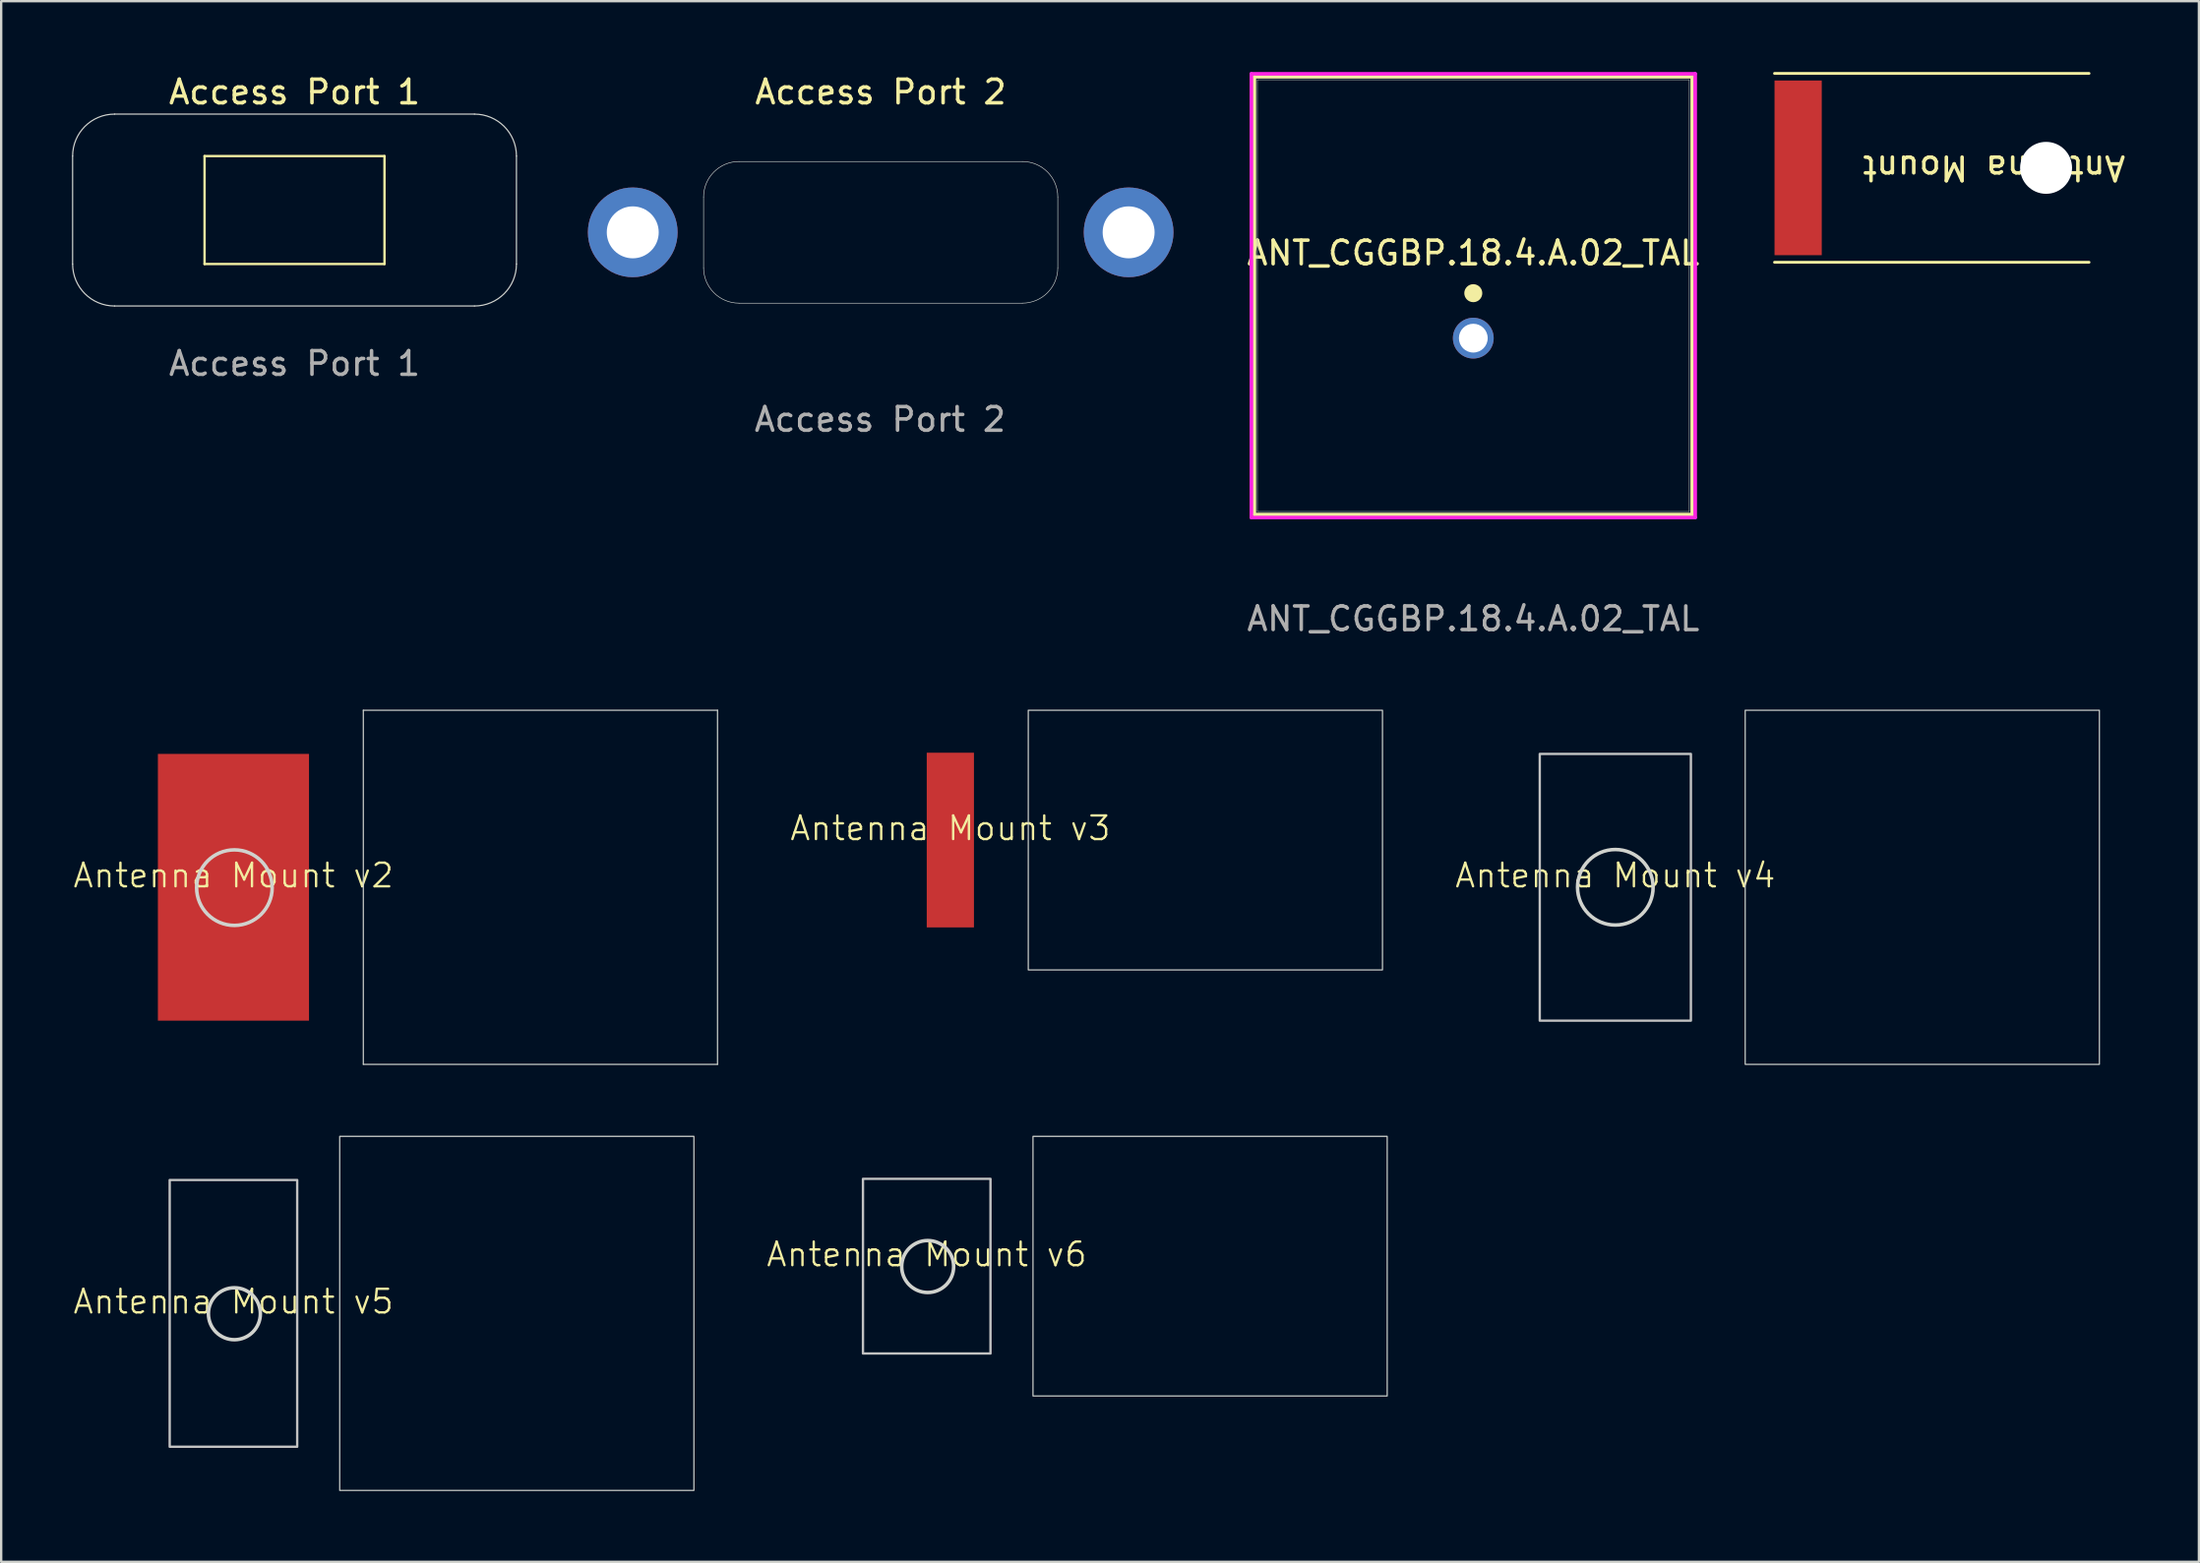
<source format=kicad_pcb>
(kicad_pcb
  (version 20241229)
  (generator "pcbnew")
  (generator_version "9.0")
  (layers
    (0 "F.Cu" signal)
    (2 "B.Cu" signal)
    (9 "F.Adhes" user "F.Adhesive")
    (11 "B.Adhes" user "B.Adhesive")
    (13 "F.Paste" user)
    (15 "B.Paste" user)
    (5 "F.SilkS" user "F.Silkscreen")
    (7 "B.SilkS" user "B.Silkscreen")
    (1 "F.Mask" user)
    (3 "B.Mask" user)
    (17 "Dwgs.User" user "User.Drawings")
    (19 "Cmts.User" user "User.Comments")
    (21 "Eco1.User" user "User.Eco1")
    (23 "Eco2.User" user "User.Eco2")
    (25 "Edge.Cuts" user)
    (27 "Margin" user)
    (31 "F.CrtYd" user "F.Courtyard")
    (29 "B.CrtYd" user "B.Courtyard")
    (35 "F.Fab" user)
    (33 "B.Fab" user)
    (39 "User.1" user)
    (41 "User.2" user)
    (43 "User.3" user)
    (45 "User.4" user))
  (footprint "Antenna Mount v5"
    (layer "F.Cu")
    (at 6.836 52.585)
    (property "Reference" "Antenna Mount v5" (at 0 -0.5 0) (unlocked yes) (layer "F.SilkS") (effects (font (size 1 1) (thickness 0.1))))
    (attr smd)
    (fp_rect (start -2.7 -5.65) (end 2.7 5.65) (stroke (width 0.1) (type solid)) (fill no) (layer "Dwgs.User"))
    (fp_rect (start 4.5 -7.5) (end 19.5 7.5) (stroke (width 0.05) (type solid)) (fill no) (layer "Edge.Cuts"))
    (fp_circle (center 0.04 0.015) (end 1.14 0.015) (stroke (width 0.15) (type solid)) (fill no) (layer "Edge.Cuts")))
  (footprint "Access Port 1"
    (layer "F.Cu")
    (at 9.423 5.848)
    (property "Reference" "Access Port 1" (at 0 -5 0) (unlocked yes) (layer "F.SilkS") (effects (font (size 1 1) (thickness 0.15))))
    (attr smd)
    (fp_line (start -3.81 2.286) (end -3.81 -2.286) (stroke (width 0.1) (type default)) (layer "F.SilkS"))
    (fp_line (start 3.81 -2.286) (end -3.81 -2.286) (stroke (width 0.1) (type default)) (layer "F.SilkS"))
    (fp_line (start 3.81 2.286) (end -3.81 2.286) (stroke (width 0.1) (type default)) (layer "F.SilkS"))
    (fp_line (start 3.81 2.286) (end 3.81 -2.286) (stroke (width 0.1) (type default)) (layer "F.SilkS"))
    (fp_line (start -9.398 -2.286) (end -9.398 2.286) (stroke (width 0.05) (type default)) (layer "Edge.Cuts"))
    (fp_line (start -7.62 4.064) (end 7.62 4.064) (stroke (width 0.05) (type default)) (layer "Edge.Cuts"))
    (fp_line (start 7.62 -4.064) (end -7.62 -4.064) (stroke (width 0.05) (type default)) (layer "Edge.Cuts"))
    (fp_line (start 9.398 2.286) (end 9.398 -2.286) (stroke (width 0.05) (type default)) (layer "Edge.Cuts"))
    (fp_arc (start -9.398 -2.286) (mid -8.877236 -3.543236) (end -7.62 -4.064) (stroke (width 0.05) (type default)) (layer "Edge.Cuts"))
    (fp_arc (start -7.62 4.064) (mid -8.877236 3.543236) (end -9.398 2.286) (stroke (width 0.05) (type default)) (layer "Edge.Cuts"))
    (fp_arc (start 7.62 -4.064) (mid 8.877236 -3.543236) (end 9.398 -2.286) (stroke (width 0.05) (type default)) (layer "Edge.Cuts"))
    (fp_arc (start 9.398 2.286) (mid 8.877236 3.543236) (end 7.62 4.064) (stroke (width 0.05) (type default)) (layer "Edge.Cuts"))
    (fp_text user "${REFERENCE}" (at 0 6.5 0) (unlocked yes) (layer "F.Fab") (effects (font (size 1 1) (thickness 0.15)))))
  (footprint "Antenna Mount v6"
    (layer "F.Cu")
    (at 36.196 50.585)
    (property "Reference" "Antenna Mount v6" (at 0 -0.5 0) (unlocked yes) (layer "F.SilkS") (effects (font (size 1 1) (thickness 0.1))))
    (attr smd)
    (fp_rect (start -2.7 -3.7) (end 2.7 3.7) (stroke (width 0.1) (type solid)) (fill no) (layer "Dwgs.User"))
    (fp_rect (start 4.5 -5.5) (end 19.5 5.5) (stroke (width 0.05) (type solid)) (fill no) (layer "Edge.Cuts"))
    (fp_circle (center 0.04 0.015) (end 1.14 0.015) (stroke (width 0.15) (type solid)) (fill no) (layer "Edge.Cuts")))
  (footprint "Antenna Mount v2"
    (layer "F.Cu")
    (at 6.836 34.535)
    (property "Reference" "Antenna Mount v2" (at 0 -0.5 0) (unlocked yes) (layer "F.SilkS") (effects (font (size 1 1) (thickness 0.1))))
    (attr smd)
    (fp_line (start 5.5 -7.5) (end 5.5 7.5) (stroke (width 0.05) (type solid)) (layer "Edge.Cuts"))
    (fp_line (start 5.5 7.5) (end 20.5 7.5) (stroke (width 0.05) (type solid)) (layer "Edge.Cuts"))
    (fp_line (start 20.5 -7.5) (end 5.5 -7.5) (stroke (width 0.05) (type solid)) (layer "Edge.Cuts"))
    (fp_line (start 20.5 7.5) (end 20.5 -7.5) (stroke (width 0.05) (type solid)) (layer "Edge.Cuts"))
    (fp_circle (center 0.04 0.015) (end 1.64 0.015) (stroke (width 0.15) (type solid)) (fill no) (layer "Edge.Cuts"))
    (pad "1" smd rect (at 0 0) (size 6.4 11.3) (layers "F.Cu" "F.Mask" "F.Paste")))
  (footprint "Antenna Mount v3"
    (layer "F.Cu")
    (at 37.196 32.535)
    (property "Reference" "Antenna Mount v3" (at 0 -0.5 0) (unlocked yes) (layer "F.SilkS") (effects (font (size 1 1) (thickness 0.1))))
    (attr smd)
    (fp_rect (start 3.3 -5.5) (end 18.3 5.5) (stroke (width 0.05) (type solid)) (fill no) (layer "Edge.Cuts"))
    (pad "1" smd rect (at 0 0) (size 2 7.4) (layers "F.Cu" "F.Mask" "F.Paste")))
  (footprint "Antenna Mount v4"
    (layer "F.Cu")
    (at 65.357 34.535)
    (property "Reference" "Antenna Mount v4" (at 0 -0.5 0) (unlocked yes) (layer "F.SilkS") (effects (font (size 1 1) (thickness 0.1))))
    (attr smd)
    (fp_rect (start -3.2 -5.65) (end 3.2 5.65) (stroke (width 0.1) (type solid)) (fill no) (layer "Dwgs.User"))
    (fp_rect (start 5.5 -7.5) (end 20.5 7.5) (stroke (width 0.05) (type solid)) (fill no) (layer "Edge.Cuts"))
    (fp_circle (center 0 0) (end 1.6 0) (stroke (width 0.15) (type solid)) (fill no) (layer "Edge.Cuts")))
  (footprint "Access Port 2"
    (layer "F.Cu")
    (at 34.246 6.792)
    (property "Reference" "Access Port 2" (at 0 -5.944 0) (unlocked yes) (layer "F.SilkS") (effects (font (size 1 1) (thickness 0.15))))
    (attr smd)
    (fp_line (start -7.5 1.5) (end -7.5 -1.5) (stroke (width 0.025) (type solid)) (layer "Edge.Cuts"))
    (fp_line (start -6 -3) (end 6 -3) (stroke (width 0.025) (type solid)) (layer "Edge.Cuts"))
    (fp_line (start 6 3) (end -6 3) (stroke (width 0.025) (type solid)) (layer "Edge.Cuts"))
    (fp_line (start 7.5 -1.5) (end 7.5 1.5) (stroke (width 0.025) (type solid)) (layer "Edge.Cuts"))
    (fp_arc (start -7.5 -1.5) (mid -7.06066 -2.56066) (end -6 -3) (stroke (width 0.0254) (type solid)) (layer "Edge.Cuts"))
    (fp_arc (start -6 3) (mid -7.06066 2.56066) (end -7.5 1.5) (stroke (width 0.0254) (type solid)) (layer "Edge.Cuts"))
    (fp_arc (start 6 -3) (mid 7.06066 -2.56066) (end 7.5 -1.5) (stroke (width 0.0254) (type solid)) (layer "Edge.Cuts"))
    (fp_arc (start 7.5 1.5) (mid 7.06066 2.56066) (end 6 3) (stroke (width 0.0254) (type solid)) (layer "Edge.Cuts"))
    (fp_text user "${REFERENCE}" (at -0.025 7.925 0) (unlocked yes) (layer "F.Fab") (effects (font (size 1 1) (thickness 0.15))))
    (pad "1" thru_hole circle (at -10.5 0) (size 3.8 3.8) (drill 2.2) (layers "*.Cu" "*.Mask"))
    (pad "1" thru_hole circle (at 10.5 0) (size 3.8 3.8) (drill 2.2) (layers "*.Cu" "*.Mask")))
  (footprint "ANT_CGGBP.18.4.A.02_TAL"
    (layer "F.Cu")
    (at 59.342 9.369)
    (property "Reference" "ANT_CGGBP.18.4.A.02_TAL" (at 0 -1.702 0) (unlocked yes) (layer "F.SilkS") (effects (font (size 1 1) (thickness 0.15))))
    (attr through_hole)
    (fp_line (start -9.271 -9.166) (end -9.271 9.376) (stroke (width 0.152) (type solid)) (layer "F.SilkS"))
    (fp_line (start -9.271 9.376) (end 9.271 9.376) (stroke (width 0.152) (type solid)) (layer "F.SilkS"))
    (fp_line (start 9.271 -9.166) (end -9.271 -9.166) (stroke (width 0.152) (type solid)) (layer "F.SilkS"))
    (fp_line (start 9.271 9.376) (end 9.271 -9.166) (stroke (width 0.152) (type solid)) (layer "F.SilkS"))
    (fp_circle (center 0 0) (end 0.381 0) (stroke (width 0) (type solid)) (fill yes) (layer "F.SilkS"))
    (fp_line (start -9.398 -9.293) (end -9.398 9.503) (stroke (width 0.152) (type solid)) (layer "F.CrtYd"))
    (fp_line (start -9.398 9.503) (end 9.398 9.503) (stroke (width 0.152) (type solid)) (layer "F.CrtYd"))
    (fp_line (start 9.398 -9.293) (end -9.398 -9.293) (stroke (width 0.152) (type solid)) (layer "F.CrtYd"))
    (fp_line (start 9.398 9.503) (end 9.398 -9.293) (stroke (width 0.152) (type solid)) (layer "F.CrtYd"))
    (fp_line (start -9.144 -9.039) (end -9.144 9.249) (stroke (width 0.025) (type solid)) (layer "F.Fab"))
    (fp_line (start -9.144 9.249) (end 9.144 9.249) (stroke (width 0.025) (type solid)) (layer "F.Fab"))
    (fp_line (start 9.144 -9.039) (end -9.144 -9.039) (stroke (width 0.025) (type solid)) (layer "F.Fab"))
    (fp_line (start 9.144 9.249) (end 9.144 -9.039) (stroke (width 0.025) (type solid)) (layer "F.Fab"))
    (fp_text user "${REFERENCE}" (at 0 13.792 0) (unlocked yes) (layer "F.Fab") (effects (font (size 1 1) (thickness 0.15))))
    (pad "1" thru_hole circle (at 0 1.905) (size 1.727 1.727) (drill 1.219) (layers "*.Cu" "*.Mask")))
  (footprint "Antenna Mount"
    (layer "F.Cu")
    (at 73.099 4.06)
    (property "Reference" "Antenna Mount" (at 8.3 0 180) (unlocked yes) (layer "F.SilkS") (effects (font (size 1 1) (thickness 0.15))))
    (attr smd exclude_from_bom)
    (fp_line (start -1 -4) (end 12.319 -4) (stroke (width 0.12) (type solid)) (layer "F.SilkS"))
    (fp_line (start 12.319 4) (end -1 4) (stroke (width 0.12) (type solid)) (layer "F.SilkS"))
    (pad "" np_thru_hole circle (at 10.5 0) (size 2.2 2.2) (drill 2.2) (layers "*.Cu" "*.Mask"))
    (pad "1" smd rect (at 0 0) (size 2 7.4) (layers "F.Cu" "F.Mask" "F.Paste")))
  (gr_rect
    (start -3 -3)
    (end 90.071 63.11)
    (stroke (width 0.1) (type default))
    (fill no)
    (layer "Edge.Cuts")))
</source>
